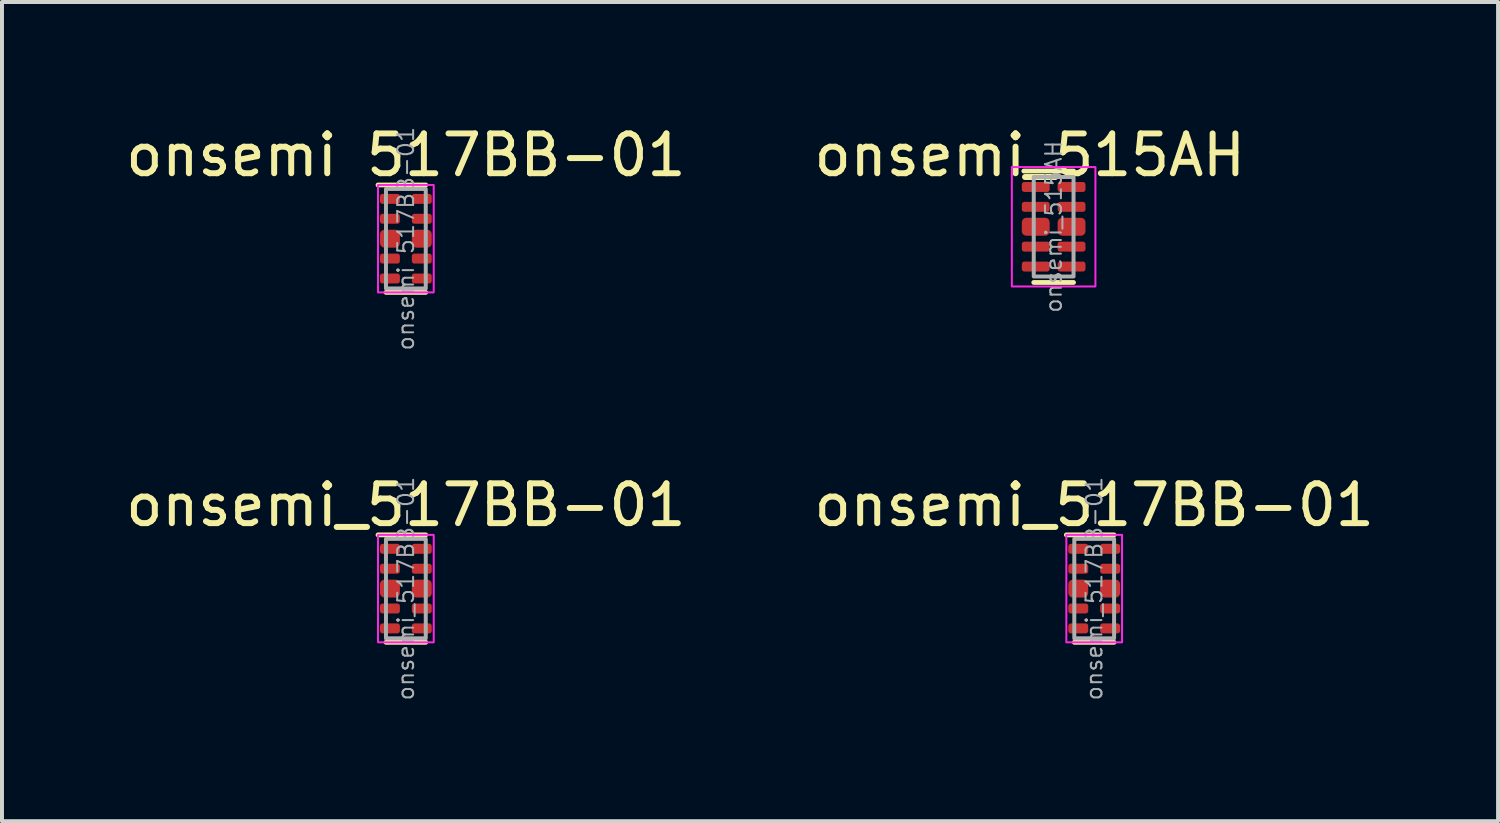
<source format=kicad_pcb>
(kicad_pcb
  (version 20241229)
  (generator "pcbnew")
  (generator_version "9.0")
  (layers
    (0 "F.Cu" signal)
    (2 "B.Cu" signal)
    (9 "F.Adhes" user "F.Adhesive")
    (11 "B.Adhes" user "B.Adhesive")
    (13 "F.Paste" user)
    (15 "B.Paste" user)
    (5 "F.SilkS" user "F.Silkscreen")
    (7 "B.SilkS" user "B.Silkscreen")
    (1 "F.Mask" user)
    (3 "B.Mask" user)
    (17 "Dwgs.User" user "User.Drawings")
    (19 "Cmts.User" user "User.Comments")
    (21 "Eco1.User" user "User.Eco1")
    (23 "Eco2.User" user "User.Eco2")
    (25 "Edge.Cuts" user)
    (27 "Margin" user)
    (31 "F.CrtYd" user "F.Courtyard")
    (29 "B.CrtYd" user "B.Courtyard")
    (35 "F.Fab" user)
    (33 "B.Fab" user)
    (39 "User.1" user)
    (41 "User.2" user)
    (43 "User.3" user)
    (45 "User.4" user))
  (footprint "onsemi_515AH"
    (layer "F.Cu")
    (at 23.427 2.648)
    (property "Reference" "onsemi_515AH" (at -0.6 -1.8 0) (unlocked yes) (layer "F.SilkS") (effects (font (size 1 1) (thickness 0.15))))
    (attr smd)
    (fp_line (start -0.75 -1.4) (end 0.5 -1.4) (stroke (width 0.12) (type solid)) (layer "F.SilkS"))
    (fp_line (start -0.5 1.4) (end 0.5 1.4) (stroke (width 0.12) (type solid)) (layer "F.SilkS"))
    (fp_rect (start -1.05 -1.5) (end 1.05 1.5) (stroke (width 0.05) (type solid)) (fill no) (layer "F.CrtYd"))
    (fp_rect (start -0.5 -1.25) (end 0.5 1.25) (stroke (width 0.1) (type solid)) (fill no) (layer "F.Fab"))
    (fp_text user "${REFERENCE}" (at 0 0 90) (unlocked yes) (layer "F.Fab") (effects (font (size 0.4 0.4) (thickness 0.05))))
    (pad "1" smd roundrect (at -0.45 -1) (size 0.7 0.25) (layers "F.Cu" "F.Mask" "F.Paste") (roundrect_rratio 0.25))
    (pad "2" smd roundrect (at -0.45 -0.5) (size 0.7 0.25) (layers "F.Cu" "F.Mask" "F.Paste") (roundrect_rratio 0.25))
    (pad "3" smd roundrect (at -0.45 0) (size 0.7 0.45) (layers "F.Cu" "F.Mask" "F.Paste") (roundrect_rratio 0.25))
    (pad "4" smd roundrect (at -0.45 0.5) (size 0.7 0.25) (layers "F.Cu" "F.Mask" "F.Paste") (roundrect_rratio 0.25))
    (pad "5" smd roundrect (at -0.45 1) (size 0.7 0.25) (layers "F.Cu" "F.Mask" "F.Paste") (roundrect_rratio 0.25))
    (pad "6" smd roundrect (at 0.45 1) (size 0.7 0.25) (layers "F.Cu" "F.Mask" "F.Paste") (roundrect_rratio 0.25))
    (pad "7" smd roundrect (at 0.45 0.5) (size 0.7 0.25) (layers "F.Cu" "F.Mask" "F.Paste") (roundrect_rratio 0.25))
    (pad "8" smd roundrect (at 0.45 0) (size 0.7 0.45) (layers "F.Cu" "F.Mask" "F.Paste") (roundrect_rratio 0.25))
    (pad "9" smd roundrect (at 0.45 -0.5) (size 0.7 0.25) (layers "F.Cu" "F.Mask" "F.Paste") (roundrect_rratio 0.25))
    (pad "10" smd roundrect (at 0.45 -1) (size 0.7 0.25) (layers "F.Cu" "F.Mask" "F.Paste") (roundrect_rratio 0.25)))
  (footprint "onsemi_517BB−01"
    (layer "F.Cu")
    (at 24.446 11.741)
    (property "Reference" "onsemi_517BB−01" (at 0 -2.1 0) (unlocked yes) (layer "F.SilkS") (effects (font (size 1 1) (thickness 0.15))))
    (attr smd)
    (fp_line (start -0.7 -1.35) (end 0.5 -1.35) (stroke (width 0.12) (type solid)) (layer "F.SilkS"))
    (fp_line (start -0.5 1.35) (end 0.5 1.35) (stroke (width 0.12) (type solid)) (layer "F.SilkS"))
    (fp_rect (start -0.7 -1.35) (end 0.7 1.35) (stroke (width 0.05) (type solid)) (fill no) (layer "F.CrtYd"))
    (fp_rect (start -0.5 -1.25) (end 0.5 1.25) (stroke (width 0.1) (type solid)) (fill no) (layer "F.Fab"))
    (fp_text user "${REFERENCE}" (at 0 0 90) (unlocked yes) (layer "F.Fab") (effects (font (size 0.4 0.4) (thickness 0.05))))
    (pad "1" smd roundrect (at -0.4 -1) (size 0.5 0.25) (layers "F.Cu" "F.Mask" "F.Paste") (roundrect_rratio 0.25))
    (pad "2" smd roundrect (at -0.4 -0.5) (size 0.5 0.25) (layers "F.Cu" "F.Mask" "F.Paste") (roundrect_rratio 0.25))
    (pad "3" smd roundrect (at -0.4 0) (size 0.5 0.45) (layers "F.Cu" "F.Mask" "F.Paste") (roundrect_rratio 0.25))
    (pad "4" smd roundrect (at -0.4 0.5) (size 0.5 0.25) (layers "F.Cu" "F.Mask" "F.Paste") (roundrect_rratio 0.25))
    (pad "5" smd roundrect (at -0.4 1) (size 0.5 0.25) (layers "F.Cu" "F.Mask" "F.Paste") (roundrect_rratio 0.25))
    (pad "6" smd roundrect (at 0.4 1) (size 0.5 0.25) (layers "F.Cu" "F.Mask" "F.Paste") (roundrect_rratio 0.25))
    (pad "7" smd roundrect (at 0.4 0.5) (size 0.5 0.25) (layers "F.Cu" "F.Mask" "F.Paste") (roundrect_rratio 0.25))
    (pad "8" smd roundrect (at 0.4 0) (size 0.5 0.45) (layers "F.Cu" "F.Mask" "F.Paste") (roundrect_rratio 0.25))
    (pad "9" smd roundrect (at 0.4 -0.5) (size 0.5 0.25) (layers "F.Cu" "F.Mask" "F.Paste") (roundrect_rratio 0.25))
    (pad "10" smd roundrect (at 0.4 -1) (size 0.5 0.25) (layers "F.Cu" "F.Mask" "F.Paste") (roundrect_rratio 0.25)))
  (footprint "onsemi_517BB-01"
    (layer "F.Cu")
    (at 7.149 11.741)
    (property "Reference" "onsemi_517BB-01" (at 0 -2.1 0) (unlocked yes) (layer "F.SilkS") (effects (font (size 1 1) (thickness 0.15))))
    (attr smd)
    (fp_line (start -0.7 -1.35) (end 0.5 -1.35) (stroke (width 0.12) (type solid)) (layer "F.SilkS"))
    (fp_line (start -0.5 1.35) (end 0.5 1.35) (stroke (width 0.12) (type solid)) (layer "F.SilkS"))
    (fp_rect (start -0.7 -1.35) (end 0.7 1.35) (stroke (width 0.05) (type solid)) (fill no) (layer "F.CrtYd"))
    (fp_rect (start -0.5 -1.25) (end 0.5 1.25) (stroke (width 0.1) (type solid)) (fill no) (layer "F.Fab"))
    (fp_text user "${REFERENCE}" (at 0 0 90) (unlocked yes) (layer "F.Fab") (effects (font (size 0.4 0.4) (thickness 0.05))))
    (pad "1" smd roundrect (at -0.4 -1) (size 0.5 0.25) (layers "F.Cu" "F.Mask" "F.Paste") (roundrect_rratio 0.25))
    (pad "2" smd roundrect (at -0.4 -0.5) (size 0.5 0.25) (layers "F.Cu" "F.Mask" "F.Paste") (roundrect_rratio 0.25))
    (pad "3" smd roundrect (at -0.4 0) (size 0.5 0.45) (layers "F.Cu" "F.Mask" "F.Paste") (roundrect_rratio 0.25))
    (pad "4" smd roundrect (at -0.4 0.5) (size 0.5 0.25) (layers "F.Cu" "F.Mask" "F.Paste") (roundrect_rratio 0.25))
    (pad "5" smd roundrect (at -0.4 1) (size 0.5 0.25) (layers "F.Cu" "F.Mask" "F.Paste") (roundrect_rratio 0.25))
    (pad "6" smd roundrect (at 0.4 1) (size 0.5 0.25) (layers "F.Cu" "F.Mask" "F.Paste") (roundrect_rratio 0.25))
    (pad "7" smd roundrect (at 0.4 0.5) (size 0.5 0.25) (layers "F.Cu" "F.Mask" "F.Paste") (roundrect_rratio 0.25))
    (pad "8" smd roundrect (at 0.4 0) (size 0.5 0.45) (layers "F.Cu" "F.Mask" "F.Paste") (roundrect_rratio 0.25))
    (pad "9" smd roundrect (at 0.4 -0.5) (size 0.5 0.25) (layers "F.Cu" "F.Mask" "F.Paste") (roundrect_rratio 0.25))
    (pad "10" smd roundrect (at 0.4 -1) (size 0.5 0.25) (layers "F.Cu" "F.Mask" "F.Paste") (roundrect_rratio 0.25)))
  (footprint "onsemi 517BB−01"
    (layer "F.Cu")
    (at 7.149 2.948)
    (property "Reference" "onsemi 517BB−01" (at 0 -2.1 0) (unlocked yes) (layer "F.SilkS") (effects (font (size 1 1) (thickness 0.15))))
    (attr smd)
    (fp_line (start -0.7 -1.35) (end 0.5 -1.35) (stroke (width 0.12) (type solid)) (layer "F.SilkS"))
    (fp_line (start -0.5 1.35) (end 0.5 1.35) (stroke (width 0.12) (type solid)) (layer "F.SilkS"))
    (fp_rect (start -0.7 -1.35) (end 0.7 1.35) (stroke (width 0.05) (type solid)) (fill no) (layer "F.CrtYd"))
    (fp_rect (start -0.5 -1.25) (end 0.5 1.25) (stroke (width 0.1) (type solid)) (fill no) (layer "F.Fab"))
    (fp_text user "${REFERENCE}" (at 0 0 90) (unlocked yes) (layer "F.Fab") (effects (font (size 0.4 0.4) (thickness 0.05))))
    (pad "1" smd roundrect (at -0.4 -1) (size 0.5 0.25) (layers "F.Cu" "F.Mask" "F.Paste") (roundrect_rratio 0.25))
    (pad "2" smd roundrect (at -0.4 -0.5) (size 0.5 0.25) (layers "F.Cu" "F.Mask" "F.Paste") (roundrect_rratio 0.25))
    (pad "3" smd roundrect (at -0.4 0) (size 0.5 0.45) (layers "F.Cu" "F.Mask" "F.Paste") (roundrect_rratio 0.25))
    (pad "4" smd roundrect (at -0.4 0.5) (size 0.5 0.25) (layers "F.Cu" "F.Mask" "F.Paste") (roundrect_rratio 0.25))
    (pad "5" smd roundrect (at -0.4 1) (size 0.5 0.25) (layers "F.Cu" "F.Mask" "F.Paste") (roundrect_rratio 0.25))
    (pad "6" smd roundrect (at 0.4 1) (size 0.5 0.25) (layers "F.Cu" "F.Mask" "F.Paste") (roundrect_rratio 0.25))
    (pad "7" smd roundrect (at 0.4 0.5) (size 0.5 0.25) (layers "F.Cu" "F.Mask" "F.Paste") (roundrect_rratio 0.25))
    (pad "8" smd roundrect (at 0.4 0) (size 0.5 0.45) (layers "F.Cu" "F.Mask" "F.Paste") (roundrect_rratio 0.25))
    (pad "9" smd roundrect (at 0.4 -0.5) (size 0.5 0.25) (layers "F.Cu" "F.Mask" "F.Paste") (roundrect_rratio 0.25))
    (pad "10" smd roundrect (at 0.4 -1) (size 0.5 0.25) (layers "F.Cu" "F.Mask" "F.Paste") (roundrect_rratio 0.25)))
  (gr_rect
    (start -3 -3)
    (end 34.595 17.586)
    (stroke (width 0.1) (type default))
    (fill no)
    (layer "Edge.Cuts")))
</source>
